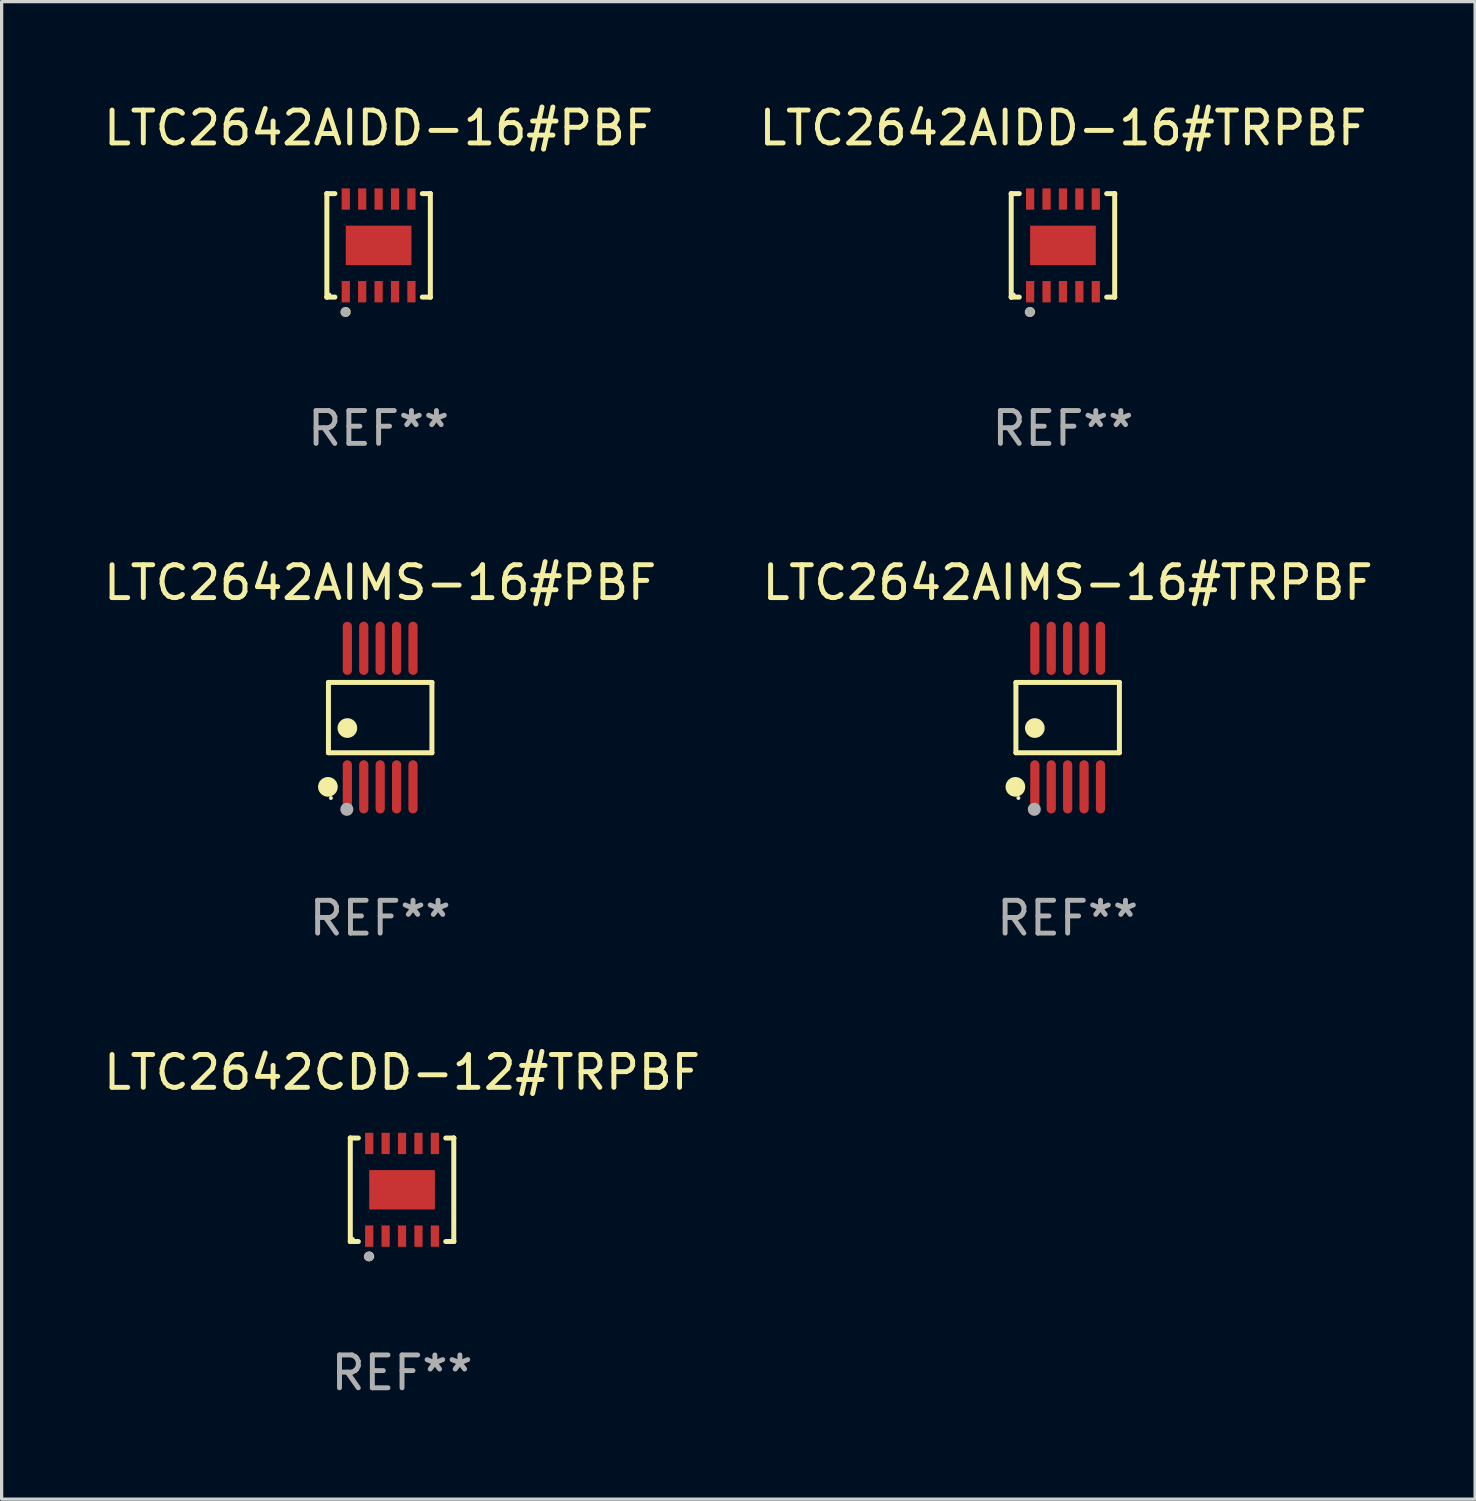
<source format=kicad_pcb>
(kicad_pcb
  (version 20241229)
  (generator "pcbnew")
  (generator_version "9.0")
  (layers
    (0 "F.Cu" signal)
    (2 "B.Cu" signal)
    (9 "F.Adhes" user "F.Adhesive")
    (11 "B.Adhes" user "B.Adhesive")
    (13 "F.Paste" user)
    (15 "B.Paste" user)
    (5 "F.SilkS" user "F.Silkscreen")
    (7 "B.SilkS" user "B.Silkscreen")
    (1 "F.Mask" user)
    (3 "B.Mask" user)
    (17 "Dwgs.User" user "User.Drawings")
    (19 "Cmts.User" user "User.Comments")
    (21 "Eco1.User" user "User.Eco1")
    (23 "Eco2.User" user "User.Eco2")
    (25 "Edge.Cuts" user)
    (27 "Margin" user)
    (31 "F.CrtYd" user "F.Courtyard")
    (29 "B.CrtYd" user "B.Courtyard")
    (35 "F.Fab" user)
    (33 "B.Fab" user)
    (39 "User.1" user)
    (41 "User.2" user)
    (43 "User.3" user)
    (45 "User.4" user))
  (footprint "LTC2642AIDD-16#PBF"
    (layer "F.Cu")
    (at 8.482 4.424)
    (property "Reference" "LTC2642AIDD-16#PBF" (at 0 -3.576 0) (layer "F.SilkS") (effects (font (size 1 1) (thickness 0.15))))
    (attr through_hole)
    (fp_line (start -1.576 -1.576) (end -1.576 -1.576) (stroke (width 0.152) (type solid)) (layer "F.SilkS"))
    (fp_line (start -1.576 -1.576) (end -1.331 -1.576) (stroke (width 0.152) (type solid)) (layer "F.SilkS"))
    (fp_line (start -1.576 1.576) (end -1.576 -1.576) (stroke (width 0.152) (type solid)) (layer "F.SilkS"))
    (fp_line (start -1.576 1.576) (end -1.576 1.576) (stroke (width 0.152) (type solid)) (layer "F.SilkS"))
    (fp_line (start -1.331 1.576) (end -1.576 1.576) (stroke (width 0.152) (type solid)) (layer "F.SilkS"))
    (fp_line (start 1.331 1.576) (end 1.576 1.576) (stroke (width 0.152) (type solid)) (layer "F.SilkS"))
    (fp_line (start 1.576 -1.576) (end 1.331 -1.576) (stroke (width 0.152) (type solid)) (layer "F.SilkS"))
    (fp_line (start 1.576 -1.576) (end 1.576 -1.576) (stroke (width 0.152) (type solid)) (layer "F.SilkS"))
    (fp_line (start 1.576 1.576) (end 1.576 -1.576) (stroke (width 0.152) (type solid)) (layer "F.SilkS"))
    (fp_line (start 1.576 1.576) (end 1.576 1.576) (stroke (width 0.152) (type solid)) (layer "F.SilkS"))
    (fp_circle (center -1.5 1.5) (end -1.47 1.5) (stroke (width 0.06) (type solid)) (fill no) (layer "F.SilkS"))
    (fp_circle (center -1 2.028) (end -0.925 2.028) (stroke (width 0.15) (type solid)) (fill no) (layer "F.SilkS"))
    (fp_circle (center -1.016 2.032) (end -0.941 2.032) (stroke (width 0.15) (type solid)) (fill no) (layer "F.Fab"))
    (fp_text user "REF**" (at 0 5.576 0) (layer "F.Fab") (effects (font (size 1 1) (thickness 0.15))))
    (pad "1" smd rect (at -1 1.411) (size 0.25 0.65) (layers "F.Cu" "F.Mask" "F.Paste"))
    (pad "2" smd rect (at -0.5 1.411) (size 0.25 0.65) (layers "F.Cu" "F.Mask" "F.Paste"))
    (pad "3" smd rect (at 0 1.411) (size 0.25 0.65) (layers "F.Cu" "F.Mask" "F.Paste"))
    (pad "4" smd rect (at 0.5 1.411) (size 0.25 0.65) (layers "F.Cu" "F.Mask" "F.Paste"))
    (pad "5" smd rect (at 1 1.411) (size 0.25 0.65) (layers "F.Cu" "F.Mask" "F.Paste"))
    (pad "6" smd rect (at 1 -1.411) (size 0.25 0.65) (layers "F.Cu" "F.Mask" "F.Paste"))
    (pad "7" smd rect (at 0.5 -1.411) (size 0.25 0.65) (layers "F.Cu" "F.Mask" "F.Paste"))
    (pad "8" smd rect (at 0 -1.411) (size 0.25 0.65) (layers "F.Cu" "F.Mask" "F.Paste"))
    (pad "9" smd rect (at -0.5 -1.411) (size 0.25 0.65) (layers "F.Cu" "F.Mask" "F.Paste"))
    (pad "10" smd rect (at -1 -1.411) (size 0.25 0.65) (layers "F.Cu" "F.Mask" "F.Paste"))
    (pad "11" smd rect (at 0 0) (size 2 1.2) (layers "F.Cu" "F.Mask" "F.Paste")))
  (footprint "LTC2642CDD-12#TRPBF"
    (layer "F.Cu")
    (at 9.196 33.19)
    (property "Reference" "LTC2642CDD-12#TRPBF" (at 0 -3.576 0) (layer "F.SilkS") (effects (font (size 1 1) (thickness 0.15))))
    (attr through_hole)
    (fp_line (start -1.576 -1.576) (end -1.576 -1.576) (stroke (width 0.152) (type solid)) (layer "F.SilkS"))
    (fp_line (start -1.576 -1.576) (end -1.331 -1.576) (stroke (width 0.152) (type solid)) (layer "F.SilkS"))
    (fp_line (start -1.576 1.576) (end -1.576 -1.576) (stroke (width 0.152) (type solid)) (layer "F.SilkS"))
    (fp_line (start -1.576 1.576) (end -1.576 1.576) (stroke (width 0.152) (type solid)) (layer "F.SilkS"))
    (fp_line (start -1.331 1.576) (end -1.576 1.576) (stroke (width 0.152) (type solid)) (layer "F.SilkS"))
    (fp_line (start 1.331 1.576) (end 1.576 1.576) (stroke (width 0.152) (type solid)) (layer "F.SilkS"))
    (fp_line (start 1.576 -1.576) (end 1.331 -1.576) (stroke (width 0.152) (type solid)) (layer "F.SilkS"))
    (fp_line (start 1.576 -1.576) (end 1.576 -1.576) (stroke (width 0.152) (type solid)) (layer "F.SilkS"))
    (fp_line (start 1.576 1.576) (end 1.576 -1.576) (stroke (width 0.152) (type solid)) (layer "F.SilkS"))
    (fp_line (start 1.576 1.576) (end 1.576 1.576) (stroke (width 0.152) (type solid)) (layer "F.SilkS"))
    (fp_circle (center -1.5 1.5) (end -1.47 1.5) (stroke (width 0.06) (type solid)) (fill no) (layer "F.SilkS"))
    (fp_circle (center -1 2.028) (end -0.925 2.028) (stroke (width 0.15) (type solid)) (fill no) (layer "F.SilkS"))
    (fp_circle (center -1.016 2.032) (end -0.941 2.032) (stroke (width 0.15) (type solid)) (fill no) (layer "F.Fab"))
    (fp_text user "REF**" (at 0 5.576 0) (layer "F.Fab") (effects (font (size 1 1) (thickness 0.15))))
    (pad "1" smd rect (at -1 1.411) (size 0.25 0.65) (layers "F.Cu" "F.Mask" "F.Paste"))
    (pad "2" smd rect (at -0.5 1.411) (size 0.25 0.65) (layers "F.Cu" "F.Mask" "F.Paste"))
    (pad "3" smd rect (at 0 1.411) (size 0.25 0.65) (layers "F.Cu" "F.Mask" "F.Paste"))
    (pad "4" smd rect (at 0.5 1.411) (size 0.25 0.65) (layers "F.Cu" "F.Mask" "F.Paste"))
    (pad "5" smd rect (at 1 1.411) (size 0.25 0.65) (layers "F.Cu" "F.Mask" "F.Paste"))
    (pad "6" smd rect (at 1 -1.411) (size 0.25 0.65) (layers "F.Cu" "F.Mask" "F.Paste"))
    (pad "7" smd rect (at 0.5 -1.411) (size 0.25 0.65) (layers "F.Cu" "F.Mask" "F.Paste"))
    (pad "8" smd rect (at 0 -1.411) (size 0.25 0.65) (layers "F.Cu" "F.Mask" "F.Paste"))
    (pad "9" smd rect (at -0.5 -1.411) (size 0.25 0.65) (layers "F.Cu" "F.Mask" "F.Paste"))
    (pad "10" smd rect (at -1 -1.411) (size 0.25 0.65) (layers "F.Cu" "F.Mask" "F.Paste"))
    (pad "11" smd rect (at 0 0) (size 2 1.2) (layers "F.Cu" "F.Mask" "F.Paste")))
  (footprint "LTC2642AIMS-16#TRPBF"
    (layer "F.Cu")
    (at 29.47 18.807)
    (property "Reference" "LTC2642AIMS-16#TRPBF" (at 0 -4.11 0) (layer "F.SilkS") (effects (font (size 1 1) (thickness 0.15))))
    (attr through_hole)
    (fp_line (start -1.576 -1.071) (end 1.576 -1.071) (stroke (width 0.152) (type solid)) (layer "F.SilkS"))
    (fp_line (start -1.576 1.071) (end -1.576 -1.071) (stroke (width 0.152) (type solid)) (layer "F.SilkS"))
    (fp_line (start 1.576 -1.071) (end 1.576 1.071) (stroke (width 0.152) (type solid)) (layer "F.SilkS"))
    (fp_line (start 1.576 1.071) (end -1.576 1.071) (stroke (width 0.152) (type solid)) (layer "F.SilkS"))
    (fp_circle (center -1.592 2.11) (end -1.442 2.11) (stroke (width 0.3) (type solid)) (fill no) (layer "F.SilkS"))
    (fp_circle (center -1.5 2.45) (end -1.47 2.45) (stroke (width 0.06) (type solid)) (fill no) (layer "F.SilkS"))
    (fp_circle (center -1 0.319) (end -0.85 0.319) (stroke (width 0.3) (type solid)) (fill no) (layer "F.SilkS"))
    (fp_circle (center -1.016 2.794) (end -0.916 2.794) (stroke (width 0.2) (type solid)) (fill no) (layer "F.Fab"))
    (fp_text user "REF**" (at 0 6.11 0) (layer "F.Fab") (effects (font (size 1 1) (thickness 0.15))))
    (pad "1" smd oval (at -1 2.11) (size 0.28 1.62) (layers "F.Cu" "F.Mask" "F.Paste"))
    (pad "2" smd oval (at -0.5 2.11) (size 0.28 1.62) (layers "F.Cu" "F.Mask" "F.Paste"))
    (pad "3" smd oval (at 0 2.11) (size 0.28 1.62) (layers "F.Cu" "F.Mask" "F.Paste"))
    (pad "4" smd oval (at 0.5 2.11) (size 0.28 1.62) (layers "F.Cu" "F.Mask" "F.Paste"))
    (pad "5" smd oval (at 1 2.11) (size 0.28 1.62) (layers "F.Cu" "F.Mask" "F.Paste"))
    (pad "6" smd oval (at 1 -2.11) (size 0.28 1.62) (layers "F.Cu" "F.Mask" "F.Paste"))
    (pad "7" smd oval (at 0.5 -2.11) (size 0.28 1.62) (layers "F.Cu" "F.Mask" "F.Paste"))
    (pad "8" smd oval (at 0 -2.11) (size 0.28 1.62) (layers "F.Cu" "F.Mask" "F.Paste"))
    (pad "9" smd oval (at -0.5 -2.11) (size 0.28 1.62) (layers "F.Cu" "F.Mask" "F.Paste"))
    (pad "10" smd oval (at -1 -2.11) (size 0.28 1.62) (layers "F.Cu" "F.Mask" "F.Paste")))
  (footprint "LTC2642AIMS-16#PBF"
    (layer "F.Cu")
    (at 8.53 18.807)
    (property "Reference" "LTC2642AIMS-16#PBF" (at 0 -4.11 0) (layer "F.SilkS") (effects (font (size 1 1) (thickness 0.15))))
    (attr through_hole)
    (fp_line (start -1.576 -1.071) (end 1.576 -1.071) (stroke (width 0.152) (type solid)) (layer "F.SilkS"))
    (fp_line (start -1.576 1.071) (end -1.576 -1.071) (stroke (width 0.152) (type solid)) (layer "F.SilkS"))
    (fp_line (start 1.576 -1.071) (end 1.576 1.071) (stroke (width 0.152) (type solid)) (layer "F.SilkS"))
    (fp_line (start 1.576 1.071) (end -1.576 1.071) (stroke (width 0.152) (type solid)) (layer "F.SilkS"))
    (fp_circle (center -1.592 2.11) (end -1.442 2.11) (stroke (width 0.3) (type solid)) (fill no) (layer "F.SilkS"))
    (fp_circle (center -1.5 2.45) (end -1.47 2.45) (stroke (width 0.06) (type solid)) (fill no) (layer "F.SilkS"))
    (fp_circle (center -1 0.319) (end -0.85 0.319) (stroke (width 0.3) (type solid)) (fill no) (layer "F.SilkS"))
    (fp_circle (center -1.016 2.794) (end -0.916 2.794) (stroke (width 0.2) (type solid)) (fill no) (layer "F.Fab"))
    (fp_text user "REF**" (at 0 6.11 0) (layer "F.Fab") (effects (font (size 1 1) (thickness 0.15))))
    (pad "1" smd oval (at -1 2.11) (size 0.28 1.62) (layers "F.Cu" "F.Mask" "F.Paste"))
    (pad "2" smd oval (at -0.5 2.11) (size 0.28 1.62) (layers "F.Cu" "F.Mask" "F.Paste"))
    (pad "3" smd oval (at 0 2.11) (size 0.28 1.62) (layers "F.Cu" "F.Mask" "F.Paste"))
    (pad "4" smd oval (at 0.5 2.11) (size 0.28 1.62) (layers "F.Cu" "F.Mask" "F.Paste"))
    (pad "5" smd oval (at 1 2.11) (size 0.28 1.62) (layers "F.Cu" "F.Mask" "F.Paste"))
    (pad "6" smd oval (at 1 -2.11) (size 0.28 1.62) (layers "F.Cu" "F.Mask" "F.Paste"))
    (pad "7" smd oval (at 0.5 -2.11) (size 0.28 1.62) (layers "F.Cu" "F.Mask" "F.Paste"))
    (pad "8" smd oval (at 0 -2.11) (size 0.28 1.62) (layers "F.Cu" "F.Mask" "F.Paste"))
    (pad "9" smd oval (at -0.5 -2.11) (size 0.28 1.62) (layers "F.Cu" "F.Mask" "F.Paste"))
    (pad "10" smd oval (at -1 -2.11) (size 0.28 1.62) (layers "F.Cu" "F.Mask" "F.Paste")))
  (footprint "LTC2642AIDD-16#TRPBF"
    (layer "F.Cu")
    (at 29.327 4.424)
    (property "Reference" "LTC2642AIDD-16#TRPBF" (at 0 -3.576 0) (layer "F.SilkS") (effects (font (size 1 1) (thickness 0.15))))
    (attr through_hole)
    (fp_line (start -1.576 -1.576) (end -1.576 -1.576) (stroke (width 0.152) (type solid)) (layer "F.SilkS"))
    (fp_line (start -1.576 -1.576) (end -1.331 -1.576) (stroke (width 0.152) (type solid)) (layer "F.SilkS"))
    (fp_line (start -1.576 1.576) (end -1.576 -1.576) (stroke (width 0.152) (type solid)) (layer "F.SilkS"))
    (fp_line (start -1.576 1.576) (end -1.576 1.576) (stroke (width 0.152) (type solid)) (layer "F.SilkS"))
    (fp_line (start -1.331 1.576) (end -1.576 1.576) (stroke (width 0.152) (type solid)) (layer "F.SilkS"))
    (fp_line (start 1.331 1.576) (end 1.576 1.576) (stroke (width 0.152) (type solid)) (layer "F.SilkS"))
    (fp_line (start 1.576 -1.576) (end 1.331 -1.576) (stroke (width 0.152) (type solid)) (layer "F.SilkS"))
    (fp_line (start 1.576 -1.576) (end 1.576 -1.576) (stroke (width 0.152) (type solid)) (layer "F.SilkS"))
    (fp_line (start 1.576 1.576) (end 1.576 -1.576) (stroke (width 0.152) (type solid)) (layer "F.SilkS"))
    (fp_line (start 1.576 1.576) (end 1.576 1.576) (stroke (width 0.152) (type solid)) (layer "F.SilkS"))
    (fp_circle (center -1.5 1.5) (end -1.47 1.5) (stroke (width 0.06) (type solid)) (fill no) (layer "F.SilkS"))
    (fp_circle (center -1 2.028) (end -0.925 2.028) (stroke (width 0.15) (type solid)) (fill no) (layer "F.SilkS"))
    (fp_circle (center -1.016 2.032) (end -0.941 2.032) (stroke (width 0.15) (type solid)) (fill no) (layer "F.Fab"))
    (fp_text user "REF**" (at 0 5.576 0) (layer "F.Fab") (effects (font (size 1 1) (thickness 0.15))))
    (pad "1" smd rect (at -1 1.411) (size 0.25 0.65) (layers "F.Cu" "F.Mask" "F.Paste"))
    (pad "2" smd rect (at -0.5 1.411) (size 0.25 0.65) (layers "F.Cu" "F.Mask" "F.Paste"))
    (pad "3" smd rect (at 0 1.411) (size 0.25 0.65) (layers "F.Cu" "F.Mask" "F.Paste"))
    (pad "4" smd rect (at 0.5 1.411) (size 0.25 0.65) (layers "F.Cu" "F.Mask" "F.Paste"))
    (pad "5" smd rect (at 1 1.411) (size 0.25 0.65) (layers "F.Cu" "F.Mask" "F.Paste"))
    (pad "6" smd rect (at 1 -1.411) (size 0.25 0.65) (layers "F.Cu" "F.Mask" "F.Paste"))
    (pad "7" smd rect (at 0.5 -1.411) (size 0.25 0.65) (layers "F.Cu" "F.Mask" "F.Paste"))
    (pad "8" smd rect (at 0 -1.411) (size 0.25 0.65) (layers "F.Cu" "F.Mask" "F.Paste"))
    (pad "9" smd rect (at -0.5 -1.411) (size 0.25 0.65) (layers "F.Cu" "F.Mask" "F.Paste"))
    (pad "10" smd rect (at -1 -1.411) (size 0.25 0.65) (layers "F.Cu" "F.Mask" "F.Paste"))
    (pad "11" smd rect (at 0 0) (size 2 1.2) (layers "F.Cu" "F.Mask" "F.Paste")))
  (gr_rect
    (start -3 -3)
    (end 41.881 42.614)
    (stroke (width 0.1) (type default))
    (fill no)
    (layer "Edge.Cuts")))
</source>
